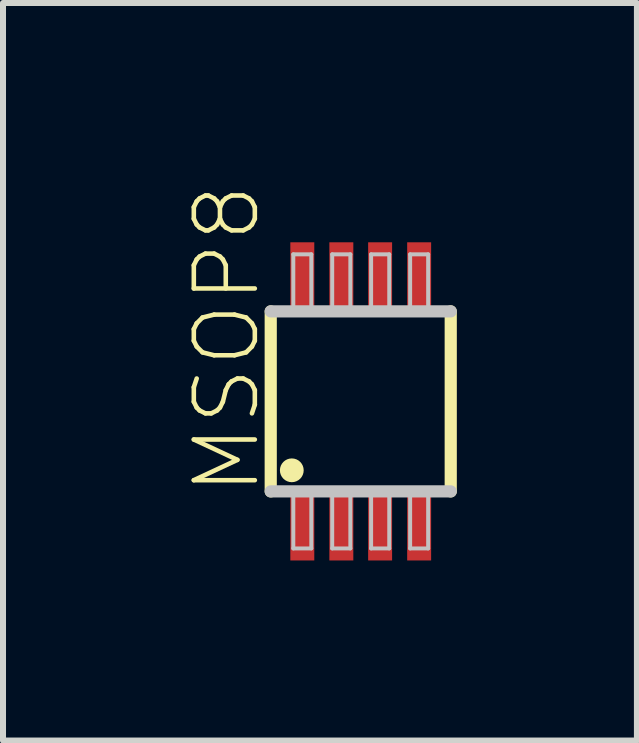
<source format=kicad_pcb>
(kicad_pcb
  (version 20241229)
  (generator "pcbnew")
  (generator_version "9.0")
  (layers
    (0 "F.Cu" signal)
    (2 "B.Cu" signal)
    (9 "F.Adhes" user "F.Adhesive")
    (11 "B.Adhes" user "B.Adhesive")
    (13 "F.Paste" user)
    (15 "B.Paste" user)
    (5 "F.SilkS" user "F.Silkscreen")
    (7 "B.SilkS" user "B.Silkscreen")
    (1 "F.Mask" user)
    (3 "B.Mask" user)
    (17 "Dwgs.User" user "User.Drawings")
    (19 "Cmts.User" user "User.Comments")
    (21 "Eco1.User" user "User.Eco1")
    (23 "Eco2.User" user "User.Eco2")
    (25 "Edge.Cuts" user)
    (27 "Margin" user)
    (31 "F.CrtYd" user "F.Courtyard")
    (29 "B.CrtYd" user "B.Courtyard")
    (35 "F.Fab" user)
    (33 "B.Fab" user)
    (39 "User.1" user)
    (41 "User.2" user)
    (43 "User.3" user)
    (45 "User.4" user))
  (footprint "MSOP8"
    (layer "F.Cu")
    (at 2.958 3.635)
    (property "Reference" "MSOP8" (at -2.23 -1.034 90) (layer "F.SilkS") (effects (font (size 1.016 1.016) (thickness 0.076))))
    (attr smd)
    (fp_line (start -1.499 -1.499) (end -1.499 1.499) (stroke (width 0.203) (type solid)) (layer "F.SilkS"))
    (fp_line (start 1.499 1.499) (end 1.499 -1.499) (stroke (width 0.203) (type solid)) (layer "F.SilkS"))
    (fp_circle (center -1.148 1.148) (end -1.148 0.95) (stroke (width 0) (type solid)) (fill yes) (layer "F.SilkS"))
    (fp_line (start -1.499 1.499) (end 1.499 1.499) (stroke (width 0.203) (type solid)) (layer "Dwgs.User"))
    (fp_line (start -1.123 -2.449) (end -0.823 -2.449) (stroke (width 0.066) (type solid)) (layer "Dwgs.User"))
    (fp_line (start -1.123 -1.549) (end -1.123 -2.449) (stroke (width 0.066) (type solid)) (layer "Dwgs.User"))
    (fp_line (start -1.123 -1.549) (end -0.823 -1.549) (stroke (width 0.066) (type solid)) (layer "Dwgs.User"))
    (fp_line (start -1.123 1.549) (end -0.823 1.549) (stroke (width 0.066) (type solid)) (layer "Dwgs.User"))
    (fp_line (start -1.123 2.449) (end -1.123 1.549) (stroke (width 0.066) (type solid)) (layer "Dwgs.User"))
    (fp_line (start -1.123 2.449) (end -0.823 2.449) (stroke (width 0.066) (type solid)) (layer "Dwgs.User"))
    (fp_line (start -0.823 -1.549) (end -0.823 -2.449) (stroke (width 0.066) (type solid)) (layer "Dwgs.User"))
    (fp_line (start -0.823 2.449) (end -0.823 1.549) (stroke (width 0.066) (type solid)) (layer "Dwgs.User"))
    (fp_line (start -0.475 -2.449) (end -0.173 -2.449) (stroke (width 0.066) (type solid)) (layer "Dwgs.User"))
    (fp_line (start -0.475 -1.549) (end -0.475 -2.449) (stroke (width 0.066) (type solid)) (layer "Dwgs.User"))
    (fp_line (start -0.475 -1.549) (end -0.173 -1.549) (stroke (width 0.066) (type solid)) (layer "Dwgs.User"))
    (fp_line (start -0.475 1.549) (end -0.173 1.549) (stroke (width 0.066) (type solid)) (layer "Dwgs.User"))
    (fp_line (start -0.475 2.449) (end -0.475 1.549) (stroke (width 0.066) (type solid)) (layer "Dwgs.User"))
    (fp_line (start -0.475 2.449) (end -0.173 2.449) (stroke (width 0.066) (type solid)) (layer "Dwgs.User"))
    (fp_line (start -0.173 -1.549) (end -0.173 -2.449) (stroke (width 0.066) (type solid)) (layer "Dwgs.User"))
    (fp_line (start -0.173 2.449) (end -0.173 1.549) (stroke (width 0.066) (type solid)) (layer "Dwgs.User"))
    (fp_line (start 0.173 -2.449) (end 0.475 -2.449) (stroke (width 0.066) (type solid)) (layer "Dwgs.User"))
    (fp_line (start 0.173 -1.549) (end 0.173 -2.449) (stroke (width 0.066) (type solid)) (layer "Dwgs.User"))
    (fp_line (start 0.173 -1.549) (end 0.475 -1.549) (stroke (width 0.066) (type solid)) (layer "Dwgs.User"))
    (fp_line (start 0.173 1.549) (end 0.475 1.549) (stroke (width 0.066) (type solid)) (layer "Dwgs.User"))
    (fp_line (start 0.173 2.449) (end 0.173 1.549) (stroke (width 0.066) (type solid)) (layer "Dwgs.User"))
    (fp_line (start 0.173 2.449) (end 0.475 2.449) (stroke (width 0.066) (type solid)) (layer "Dwgs.User"))
    (fp_line (start 0.475 -1.549) (end 0.475 -2.449) (stroke (width 0.066) (type solid)) (layer "Dwgs.User"))
    (fp_line (start 0.475 2.449) (end 0.475 1.549) (stroke (width 0.066) (type solid)) (layer "Dwgs.User"))
    (fp_line (start 0.823 -2.449) (end 1.123 -2.449) (stroke (width 0.066) (type solid)) (layer "Dwgs.User"))
    (fp_line (start 0.823 -1.549) (end 0.823 -2.449) (stroke (width 0.066) (type solid)) (layer "Dwgs.User"))
    (fp_line (start 0.823 -1.549) (end 1.123 -1.549) (stroke (width 0.066) (type solid)) (layer "Dwgs.User"))
    (fp_line (start 0.823 1.549) (end 1.123 1.549) (stroke (width 0.066) (type solid)) (layer "Dwgs.User"))
    (fp_line (start 0.823 2.449) (end 0.823 1.549) (stroke (width 0.066) (type solid)) (layer "Dwgs.User"))
    (fp_line (start 0.823 2.449) (end 1.123 2.449) (stroke (width 0.066) (type solid)) (layer "Dwgs.User"))
    (fp_line (start 1.123 -1.549) (end 1.123 -2.449) (stroke (width 0.066) (type solid)) (layer "Dwgs.User"))
    (fp_line (start 1.123 2.449) (end 1.123 1.549) (stroke (width 0.066) (type solid)) (layer "Dwgs.User"))
    (fp_line (start 1.499 -1.499) (end -1.499 -1.499) (stroke (width 0.203) (type solid)) (layer "Dwgs.User"))
    (pad "1" smd rect (at -0.973 2.05) (size 0.399 1.199) (layers "F.Cu" "F.Mask" "F.Paste"))
    (pad "2" smd rect (at -0.323 2.05) (size 0.399 1.199) (layers "F.Cu" "F.Mask" "F.Paste"))
    (pad "3" smd rect (at 0.323 2.05) (size 0.399 1.199) (layers "F.Cu" "F.Mask" "F.Paste"))
    (pad "4" smd rect (at 0.973 2.05) (size 0.399 1.199) (layers "F.Cu" "F.Mask" "F.Paste"))
    (pad "5" smd rect (at 0.973 -2.05) (size 0.399 1.199) (layers "F.Cu" "F.Mask" "F.Paste"))
    (pad "6" smd rect (at 0.323 -2.05) (size 0.399 1.199) (layers "F.Cu" "F.Mask" "F.Paste"))
    (pad "7" smd rect (at -0.323 -2.05) (size 0.399 1.199) (layers "F.Cu" "F.Mask" "F.Paste"))
    (pad "8" smd rect (at -0.973 -2.05) (size 0.399 1.199) (layers "F.Cu" "F.Mask" "F.Paste")))
  (gr_rect
    (start -3 -3)
    (end 7.558 9.284)
    (stroke (width 0.1) (type default))
    (fill no)
    (layer "Edge.Cuts")))
</source>
